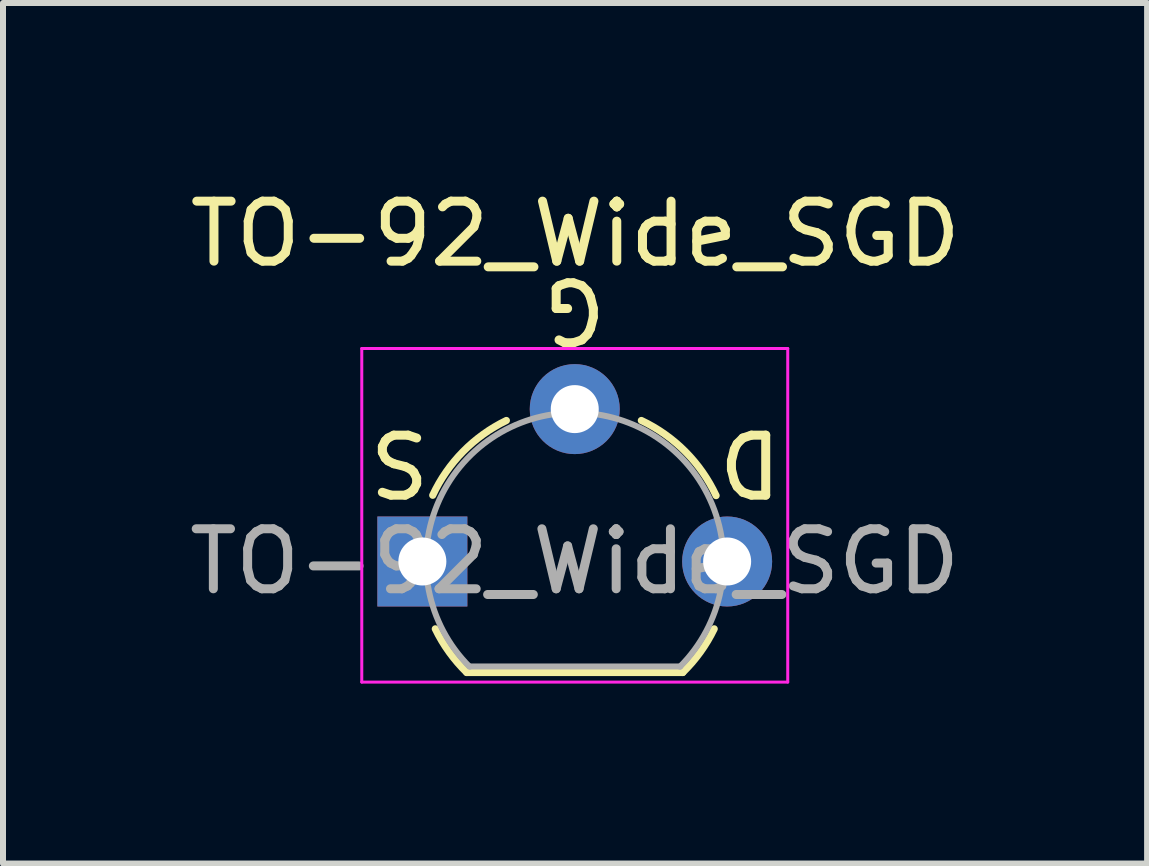
<source format=kicad_pcb>
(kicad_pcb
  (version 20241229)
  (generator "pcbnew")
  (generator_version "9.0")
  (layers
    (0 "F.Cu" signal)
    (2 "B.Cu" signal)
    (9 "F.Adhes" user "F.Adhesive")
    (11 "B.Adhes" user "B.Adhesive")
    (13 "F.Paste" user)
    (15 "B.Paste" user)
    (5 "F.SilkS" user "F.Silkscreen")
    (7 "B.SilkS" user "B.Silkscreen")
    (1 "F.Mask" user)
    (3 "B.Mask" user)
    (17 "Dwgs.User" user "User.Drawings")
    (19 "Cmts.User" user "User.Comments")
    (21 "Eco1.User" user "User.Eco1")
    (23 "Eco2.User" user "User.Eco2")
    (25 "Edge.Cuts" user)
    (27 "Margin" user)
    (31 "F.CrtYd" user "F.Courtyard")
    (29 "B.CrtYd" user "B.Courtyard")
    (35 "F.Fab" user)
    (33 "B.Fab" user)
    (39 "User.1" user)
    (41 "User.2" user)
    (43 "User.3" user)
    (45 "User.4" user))
  (footprint "TO-92_Wide_SGD"
    (layer "F.Cu")
    (at 3.99 6.309)
    (property "Reference" "TO-92_Wide_SGD" (at 2.55 -5.461 0) (layer "F.SilkS") (effects (font (size 1 1) (thickness 0.15))))
    (fp_line (start 0.74 1.85) (end 4.34 1.85) (stroke (width 0.12) (type solid)) (layer "F.SilkS"))
    (fp_arc (start 0.172801 -1.103842) (mid 0.678995 -1.832692) (end 1.4 -2.35) (stroke (width 0.12) (type solid)) (layer "F.SilkS"))
    (fp_arc (start 0.74 1.85) (mid 0.446097 1.509328) (end 0.215816 1.122795) (stroke (width 0.12) (type solid)) (layer "F.SilkS"))
    (fp_arc (start 3.65 -2.35) (mid 4.382279 -1.833196) (end 4.895458 -1.098371) (stroke (width 0.12) (type solid)) (layer "F.SilkS"))
    (fp_arc (start 4.864184 1.122795) (mid 4.633903 1.509328) (end 4.34 1.85) (stroke (width 0.12) (type solid)) (layer "F.SilkS"))
    (fp_line (start -1.01 -3.55) (end -1.01 2.01) (stroke (width 0.05) (type solid)) (layer "F.CrtYd"))
    (fp_line (start -1.01 -3.55) (end 6.09 -3.55) (stroke (width 0.05) (type solid)) (layer "F.CrtYd"))
    (fp_line (start 6.09 2.01) (end -1.01 2.01) (stroke (width 0.05) (type solid)) (layer "F.CrtYd"))
    (fp_line (start 6.09 2.01) (end 6.09 -3.55) (stroke (width 0.05) (type solid)) (layer "F.CrtYd"))
    (fp_line (start 0.8 1.75) (end 4.3 1.75) (stroke (width 0.1) (type solid)) (layer "F.Fab"))
    (fp_arc (start 0.786375 1.753625) (mid 0.248779 -0.949055) (end 2.54 -2.48) (stroke (width 0.1) (type solid)) (layer "F.Fab"))
    (fp_arc (start 2.54 -2.48) (mid 4.831221 -0.949055) (end 4.293625 1.753625) (stroke (width 0.1) (type solid)) (layer "F.Fab"))
    (fp_text user "D" (at 5.461 -1.651 180) (unlocked yes) (layer "F.SilkS") (effects (font (size 1 1) (thickness 0.15))))
    (fp_text user "S" (at -0.381 -1.651 180) (unlocked yes) (layer "F.SilkS") (effects (font (size 1 1) (thickness 0.15))))
    (fp_text user "G" (at 2.54 -4.191 180) (unlocked yes) (layer "F.SilkS") (effects (font (size 1 1) (thickness 0.15))))
    (fp_text user "${REFERENCE}" (at 2.54 0 0) (layer "F.Fab") (effects (font (size 1 1) (thickness 0.15))))
    (pad "1" thru_hole rect (at 0 0 90) (size 1.5 1.5) (drill 0.8) (layers "*.Cu" "*.Mask"))
    (pad "2" thru_hole circle (at 2.54 -2.54 90) (size 1.5 1.5) (drill 0.8) (layers "*.Cu" "*.Mask"))
    (pad "3" thru_hole circle (at 5.08 0 90) (size 1.5 1.5) (drill 0.8) (layers "*.Cu" "*.Mask")))
  (gr_rect
    (start -3 -3)
    (end 16.07 11.344)
    (stroke (width 0.1) (type default))
    (fill no)
    (layer "Edge.Cuts")))
</source>
